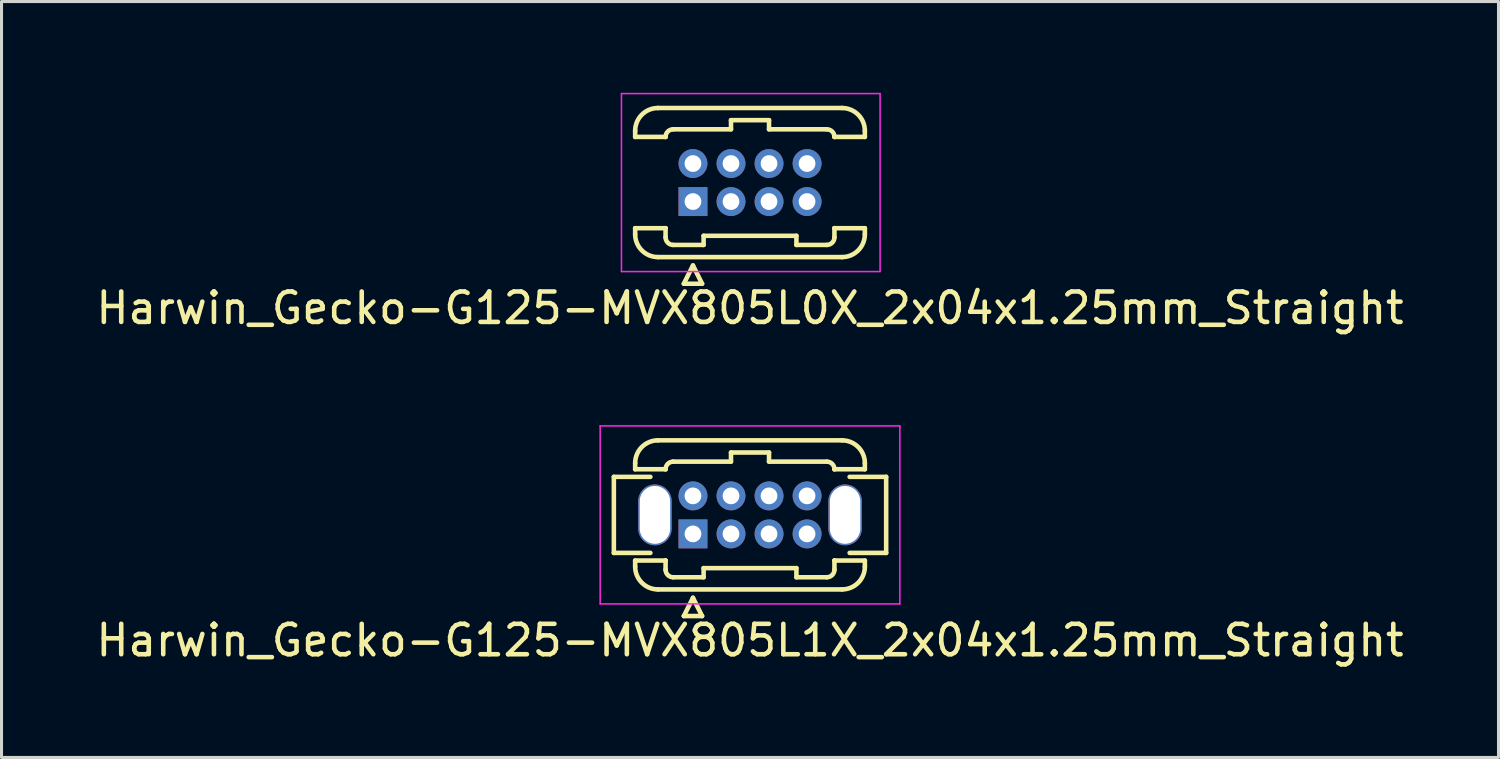
<source format=kicad_pcb>
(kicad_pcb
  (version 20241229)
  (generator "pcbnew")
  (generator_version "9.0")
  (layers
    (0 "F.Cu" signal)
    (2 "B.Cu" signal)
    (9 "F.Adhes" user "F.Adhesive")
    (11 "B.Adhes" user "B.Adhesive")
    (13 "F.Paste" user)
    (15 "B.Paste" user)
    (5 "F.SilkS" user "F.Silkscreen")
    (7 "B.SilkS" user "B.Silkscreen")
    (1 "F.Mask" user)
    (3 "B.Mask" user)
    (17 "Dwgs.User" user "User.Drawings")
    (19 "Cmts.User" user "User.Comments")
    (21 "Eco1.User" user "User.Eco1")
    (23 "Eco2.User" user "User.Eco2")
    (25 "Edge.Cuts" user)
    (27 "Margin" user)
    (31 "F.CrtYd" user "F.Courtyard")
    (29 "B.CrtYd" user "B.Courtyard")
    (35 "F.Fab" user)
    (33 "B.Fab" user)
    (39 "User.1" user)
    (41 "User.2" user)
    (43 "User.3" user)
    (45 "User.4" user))
  (footprint "Harwin_Gecko-G125-MVX805L1X_2x04x1.25mm_Straight"
    (layer "F.Cu")
    (at 19.726 14.498)
    (property "Reference" "Harwin_Gecko-G125-MVX805L1X_2x04x1.25mm_Straight" (at 1.875 3.5 0) (layer "F.SilkS") (effects (font (size 1 1) (thickness 0.15))))
    (attr through_hole)
    (fp_line (start -2.6 -1.875) (end -2.6 0.625) (stroke (width 0.15) (type solid)) (layer "F.SilkS"))
    (fp_line (start -2.6 0.625) (end -1.4 0.625) (stroke (width 0.15) (type solid)) (layer "F.SilkS"))
    (fp_line (start -1.9 -2.325) (end -1.9 -2.125) (stroke (width 0.15) (type solid)) (layer "F.SilkS"))
    (fp_line (start -1.9 -2.125) (end -0.9 -2.125) (stroke (width 0.15) (type solid)) (layer "F.SilkS"))
    (fp_line (start -1.9 0.875) (end -0.9 0.875) (stroke (width 0.15) (type solid)) (layer "F.SilkS"))
    (fp_line (start -1.9 1.075) (end -1.9 0.875) (stroke (width 0.15) (type solid)) (layer "F.SilkS"))
    (fp_line (start -1.4 -1.875) (end -2.6 -1.875) (stroke (width 0.15) (type solid)) (layer "F.SilkS"))
    (fp_line (start -1.15 -3.075) (end 4.9 -3.075) (stroke (width 0.15) (type solid)) (layer "F.SilkS"))
    (fp_line (start -1.15 1.825) (end 4.9 1.825) (stroke (width 0.15) (type solid)) (layer "F.SilkS"))
    (fp_line (start -0.9 -2.125) (end -0.9 -2.125) (stroke (width 0.15) (type solid)) (layer "F.SilkS"))
    (fp_line (start -0.9 0.875) (end -0.9 0.875) (stroke (width 0.15) (type solid)) (layer "F.SilkS"))
    (fp_line (start -0.9 1.175) (end -0.9 0.875) (stroke (width 0.15) (type solid)) (layer "F.SilkS"))
    (fp_line (start -0.65 -2.375) (end 1.25 -2.375) (stroke (width 0.15) (type solid)) (layer "F.SilkS"))
    (fp_line (start -0.65 1.425) (end 0.35 1.425) (stroke (width 0.15) (type solid)) (layer "F.SilkS"))
    (fp_line (start -0.3 2.7) (end 0.3 2.7) (stroke (width 0.15) (type solid)) (layer "F.SilkS"))
    (fp_line (start 0 2.1) (end -0.3 2.7) (stroke (width 0.15) (type solid)) (layer "F.SilkS"))
    (fp_line (start 0.3 2.7) (end 0 2.1) (stroke (width 0.15) (type solid)) (layer "F.SilkS"))
    (fp_line (start 0.35 1.125) (end 3.4 1.125) (stroke (width 0.15) (type solid)) (layer "F.SilkS"))
    (fp_line (start 0.35 1.425) (end 0.35 1.125) (stroke (width 0.15) (type solid)) (layer "F.SilkS"))
    (fp_line (start 1.25 -2.675) (end 2.5 -2.675) (stroke (width 0.15) (type solid)) (layer "F.SilkS"))
    (fp_line (start 1.25 -2.375) (end 1.25 -2.675) (stroke (width 0.15) (type solid)) (layer "F.SilkS"))
    (fp_line (start 2.5 -2.675) (end 2.5 -2.375) (stroke (width 0.15) (type solid)) (layer "F.SilkS"))
    (fp_line (start 2.5 -2.375) (end 4.4 -2.375) (stroke (width 0.15) (type solid)) (layer "F.SilkS"))
    (fp_line (start 3.4 1.125) (end 3.4 1.425) (stroke (width 0.15) (type solid)) (layer "F.SilkS"))
    (fp_line (start 3.4 1.425) (end 4.4 1.425) (stroke (width 0.15) (type solid)) (layer "F.SilkS"))
    (fp_line (start 4.65 -2.125) (end 4.65 -2.125) (stroke (width 0.15) (type solid)) (layer "F.SilkS"))
    (fp_line (start 4.65 0.875) (end 4.65 0.875) (stroke (width 0.15) (type solid)) (layer "F.SilkS"))
    (fp_line (start 4.65 1.175) (end 4.65 0.875) (stroke (width 0.15) (type solid)) (layer "F.SilkS"))
    (fp_line (start 5.15 -1.875) (end 6.35 -1.875) (stroke (width 0.15) (type solid)) (layer "F.SilkS"))
    (fp_line (start 5.65 -2.325) (end 5.65 -2.125) (stroke (width 0.15) (type solid)) (layer "F.SilkS"))
    (fp_line (start 5.65 -2.125) (end 4.65 -2.125) (stroke (width 0.15) (type solid)) (layer "F.SilkS"))
    (fp_line (start 5.65 0.875) (end 4.65 0.875) (stroke (width 0.15) (type solid)) (layer "F.SilkS"))
    (fp_line (start 5.65 1.075) (end 5.65 0.875) (stroke (width 0.15) (type solid)) (layer "F.SilkS"))
    (fp_line (start 6.35 -1.875) (end 6.35 0.625) (stroke (width 0.15) (type solid)) (layer "F.SilkS"))
    (fp_line (start 6.35 0.625) (end 5.15 0.625) (stroke (width 0.15) (type solid)) (layer "F.SilkS"))
    (fp_arc (start -1.9 -2.325) (mid -1.68033 -2.85533) (end -1.15 -3.075) (stroke (width 0.15) (type solid)) (layer "F.SilkS"))
    (fp_arc (start -1.15 1.825) (mid -1.68033 1.60533) (end -1.9 1.075) (stroke (width 0.15) (type solid)) (layer "F.SilkS"))
    (fp_arc (start -0.9 -2.125) (mid -0.826777 -2.301777) (end -0.65 -2.375) (stroke (width 0.15) (type solid)) (layer "F.SilkS"))
    (fp_arc (start -0.65 1.425) (mid -0.826777 1.351777) (end -0.9 1.175) (stroke (width 0.15) (type solid)) (layer "F.SilkS"))
    (fp_arc (start 4.4 -2.375) (mid 4.576777 -2.301777) (end 4.65 -2.125) (stroke (width 0.15) (type solid)) (layer "F.SilkS"))
    (fp_arc (start 4.65 1.175) (mid 4.576777 1.351777) (end 4.4 1.425) (stroke (width 0.15) (type solid)) (layer "F.SilkS"))
    (fp_arc (start 4.9 -3.075) (mid 5.43033 -2.85533) (end 5.65 -2.325) (stroke (width 0.15) (type solid)) (layer "F.SilkS"))
    (fp_arc (start 5.65 1.075) (mid 5.43033 1.60533) (end 4.9 1.825) (stroke (width 0.15) (type solid)) (layer "F.SilkS"))
    (fp_line (start -3.05 -3.55) (end -3.05 2.3) (stroke (width 0.05) (type solid)) (layer "F.CrtYd"))
    (fp_line (start -3.05 2.3) (end 6.8 2.3) (stroke (width 0.05) (type solid)) (layer "F.CrtYd"))
    (fp_line (start 6.8 -3.55) (end -3.05 -3.55) (stroke (width 0.05) (type solid)) (layer "F.CrtYd"))
    (fp_line (start 6.8 2.3) (end 6.8 -3.55) (stroke (width 0.05) (type solid)) (layer "F.CrtYd"))
    (pad "" np_thru_hole oval (at -1.25 -0.625) (size 1.1 2) (drill oval 1 1.9) (layers "*.Cu"))
    (pad "" np_thru_hole oval (at 5 -0.625) (size 1.1 2) (drill oval 1 1.9) (layers "*.Cu"))
    (pad "1" thru_hole rect (at 0 0) (size 0.95 0.95) (drill 0.55) (layers "*.Cu" "*.Mask"))
    (pad "2" thru_hole circle (at 0 -1.25) (size 0.95 0.95) (drill 0.55) (layers "*.Cu" "*.Mask"))
    (pad "3" thru_hole circle (at 1.25 0) (size 0.95 0.95) (drill 0.55) (layers "*.Cu" "*.Mask"))
    (pad "4" thru_hole circle (at 1.25 -1.25) (size 0.95 0.95) (drill 0.55) (layers "*.Cu" "*.Mask"))
    (pad "5" thru_hole circle (at 2.5 0) (size 0.95 0.95) (drill 0.55) (layers "*.Cu" "*.Mask"))
    (pad "6" thru_hole circle (at 2.5 -1.25) (size 0.95 0.95) (drill 0.55) (layers "*.Cu" "*.Mask"))
    (pad "7" thru_hole circle (at 3.75 0) (size 0.95 0.95) (drill 0.55) (layers "*.Cu" "*.Mask"))
    (pad "8" thru_hole circle (at 3.75 -1.25) (size 0.95 0.95) (drill 0.55) (layers "*.Cu" "*.Mask")))
  (footprint "Harwin_Gecko-G125-MVX805L0X_2x04x1.25mm_Straight"
    (layer "F.Cu")
    (at 19.726 3.575)
    (property "Reference" "Harwin_Gecko-G125-MVX805L0X_2x04x1.25mm_Straight" (at 1.875 3.5 0) (layer "F.SilkS") (effects (font (size 1 1) (thickness 0.15))))
    (attr through_hole)
    (fp_line (start -1.9 -2.325) (end -1.9 -2.125) (stroke (width 0.15) (type solid)) (layer "F.SilkS"))
    (fp_line (start -1.9 -2.125) (end -0.9 -2.125) (stroke (width 0.15) (type solid)) (layer "F.SilkS"))
    (fp_line (start -1.9 0.875) (end -0.9 0.875) (stroke (width 0.15) (type solid)) (layer "F.SilkS"))
    (fp_line (start -1.9 1.075) (end -1.9 0.875) (stroke (width 0.15) (type solid)) (layer "F.SilkS"))
    (fp_line (start -1.15 -3.075) (end 4.9 -3.075) (stroke (width 0.15) (type solid)) (layer "F.SilkS"))
    (fp_line (start -1.15 1.825) (end 4.9 1.825) (stroke (width 0.15) (type solid)) (layer "F.SilkS"))
    (fp_line (start -0.9 -2.125) (end -0.9 -2.125) (stroke (width 0.15) (type solid)) (layer "F.SilkS"))
    (fp_line (start -0.9 0.875) (end -0.9 0.875) (stroke (width 0.15) (type solid)) (layer "F.SilkS"))
    (fp_line (start -0.9 1.175) (end -0.9 0.875) (stroke (width 0.15) (type solid)) (layer "F.SilkS"))
    (fp_line (start -0.65 -2.375) (end 1.25 -2.375) (stroke (width 0.15) (type solid)) (layer "F.SilkS"))
    (fp_line (start -0.65 1.425) (end 0.35 1.425) (stroke (width 0.15) (type solid)) (layer "F.SilkS"))
    (fp_line (start -0.3 2.7) (end 0.3 2.7) (stroke (width 0.15) (type solid)) (layer "F.SilkS"))
    (fp_line (start 0 2.1) (end -0.3 2.7) (stroke (width 0.15) (type solid)) (layer "F.SilkS"))
    (fp_line (start 0.3 2.7) (end 0 2.1) (stroke (width 0.15) (type solid)) (layer "F.SilkS"))
    (fp_line (start 0.35 1.125) (end 3.4 1.125) (stroke (width 0.15) (type solid)) (layer "F.SilkS"))
    (fp_line (start 0.35 1.425) (end 0.35 1.125) (stroke (width 0.15) (type solid)) (layer "F.SilkS"))
    (fp_line (start 1.25 -2.675) (end 2.5 -2.675) (stroke (width 0.15) (type solid)) (layer "F.SilkS"))
    (fp_line (start 1.25 -2.375) (end 1.25 -2.675) (stroke (width 0.15) (type solid)) (layer "F.SilkS"))
    (fp_line (start 2.5 -2.675) (end 2.5 -2.375) (stroke (width 0.15) (type solid)) (layer "F.SilkS"))
    (fp_line (start 2.5 -2.375) (end 4.4 -2.375) (stroke (width 0.15) (type solid)) (layer "F.SilkS"))
    (fp_line (start 3.4 1.125) (end 3.4 1.425) (stroke (width 0.15) (type solid)) (layer "F.SilkS"))
    (fp_line (start 3.4 1.425) (end 4.4 1.425) (stroke (width 0.15) (type solid)) (layer "F.SilkS"))
    (fp_line (start 4.65 -2.125) (end 4.65 -2.125) (stroke (width 0.15) (type solid)) (layer "F.SilkS"))
    (fp_line (start 4.65 0.875) (end 4.65 0.875) (stroke (width 0.15) (type solid)) (layer "F.SilkS"))
    (fp_line (start 4.65 1.175) (end 4.65 0.875) (stroke (width 0.15) (type solid)) (layer "F.SilkS"))
    (fp_line (start 5.65 -2.325) (end 5.65 -2.125) (stroke (width 0.15) (type solid)) (layer "F.SilkS"))
    (fp_line (start 5.65 -2.125) (end 4.65 -2.125) (stroke (width 0.15) (type solid)) (layer "F.SilkS"))
    (fp_line (start 5.65 0.875) (end 4.65 0.875) (stroke (width 0.15) (type solid)) (layer "F.SilkS"))
    (fp_line (start 5.65 1.075) (end 5.65 0.875) (stroke (width 0.15) (type solid)) (layer "F.SilkS"))
    (fp_arc (start -1.9 -2.325) (mid -1.68033 -2.85533) (end -1.15 -3.075) (stroke (width 0.15) (type solid)) (layer "F.SilkS"))
    (fp_arc (start -1.15 1.825) (mid -1.68033 1.60533) (end -1.9 1.075) (stroke (width 0.15) (type solid)) (layer "F.SilkS"))
    (fp_arc (start -0.9 -2.125) (mid -0.826777 -2.301777) (end -0.65 -2.375) (stroke (width 0.15) (type solid)) (layer "F.SilkS"))
    (fp_arc (start -0.65 1.425) (mid -0.826777 1.351777) (end -0.9 1.175) (stroke (width 0.15) (type solid)) (layer "F.SilkS"))
    (fp_arc (start 4.4 -2.375) (mid 4.576777 -2.301777) (end 4.65 -2.125) (stroke (width 0.15) (type solid)) (layer "F.SilkS"))
    (fp_arc (start 4.65 1.175) (mid 4.576777 1.351777) (end 4.4 1.425) (stroke (width 0.15) (type solid)) (layer "F.SilkS"))
    (fp_arc (start 4.9 -3.075) (mid 5.43033 -2.85533) (end 5.65 -2.325) (stroke (width 0.15) (type solid)) (layer "F.SilkS"))
    (fp_arc (start 5.65 1.075) (mid 5.43033 1.60533) (end 4.9 1.825) (stroke (width 0.15) (type solid)) (layer "F.SilkS"))
    (fp_line (start -2.35 -3.55) (end -2.35 2.3) (stroke (width 0.05) (type solid)) (layer "F.CrtYd"))
    (fp_line (start -2.35 2.3) (end 6.15 2.3) (stroke (width 0.05) (type solid)) (layer "F.CrtYd"))
    (fp_line (start 6.15 -3.55) (end -2.35 -3.55) (stroke (width 0.05) (type solid)) (layer "F.CrtYd"))
    (fp_line (start 6.15 2.3) (end 6.15 -3.55) (stroke (width 0.05) (type solid)) (layer "F.CrtYd"))
    (pad "1" thru_hole rect (at 0 0) (size 0.95 0.95) (drill 0.55) (layers "*.Cu" "*.Mask"))
    (pad "2" thru_hole circle (at 0 -1.25) (size 0.95 0.95) (drill 0.55) (layers "*.Cu" "*.Mask"))
    (pad "3" thru_hole circle (at 1.25 0) (size 0.95 0.95) (drill 0.55) (layers "*.Cu" "*.Mask"))
    (pad "4" thru_hole circle (at 1.25 -1.25) (size 0.95 0.95) (drill 0.55) (layers "*.Cu" "*.Mask"))
    (pad "5" thru_hole circle (at 2.5 0) (size 0.95 0.95) (drill 0.55) (layers "*.Cu" "*.Mask"))
    (pad "6" thru_hole circle (at 2.5 -1.25) (size 0.95 0.95) (drill 0.55) (layers "*.Cu" "*.Mask"))
    (pad "7" thru_hole circle (at 3.75 0) (size 0.95 0.95) (drill 0.55) (layers "*.Cu" "*.Mask"))
    (pad "8" thru_hole circle (at 3.75 -1.25) (size 0.95 0.95) (drill 0.55) (layers "*.Cu" "*.Mask")))
  (gr_rect
    (start -3 -3)
    (end 46.202 21.846)
    (stroke (width 0.1) (type default))
    (fill no)
    (layer "Edge.Cuts")))
</source>
